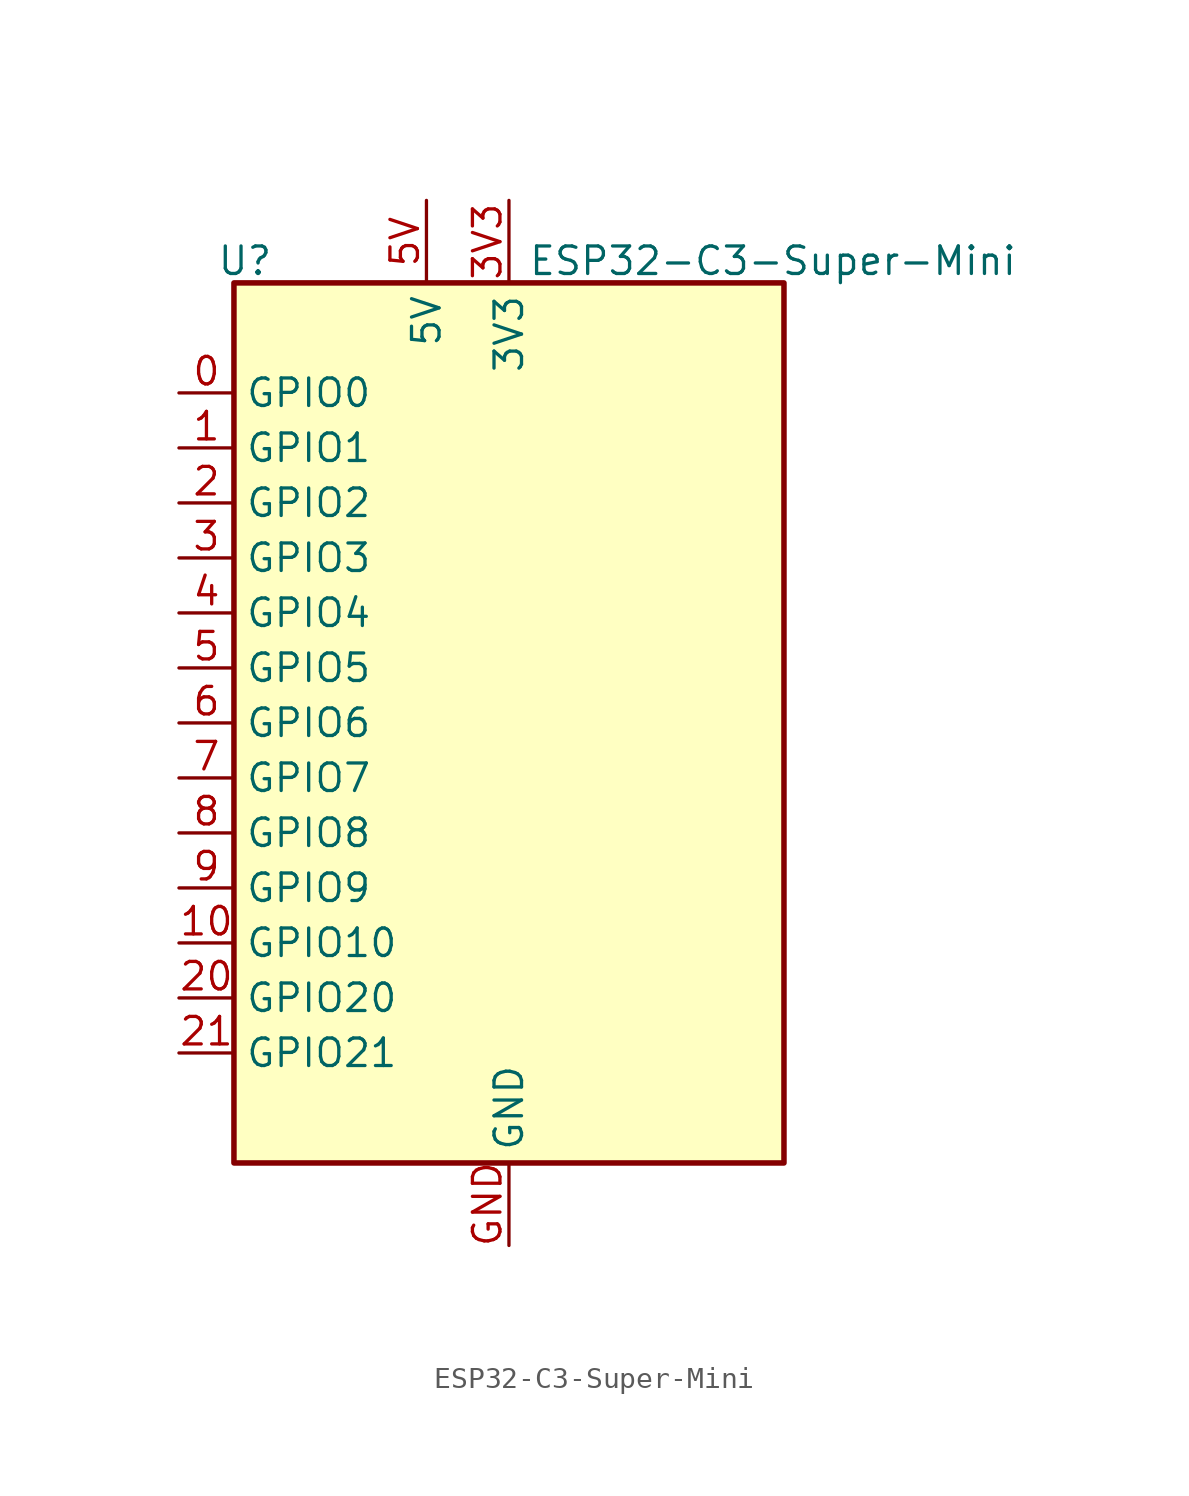
<source format=kicad_sym>
(kicad_symbol_lib
  (version 20231120)
  (generator "kicad_symbol_editor")
  (generator_version "8.0")
  (symbol "ESP32-C3-Super-Mini"
    (property "Reference" "U"
      (at -12.192 21.336 0)
      (effects (font (size 1.27 1.27))))
    (property "Value" "ESP32-C3-Super-Mini"
      (at 12.192 21.336 0)
      (effects (font (size 1.27 1.27))))
    (symbol "ESP32-C3-Super-Mini_1_1"
      (rectangle (start -12.7 20.32) (end 12.7 -20.32) (stroke (width 0.254) (type default)) (fill (type background)))
      (pin bidirectional line (at -15.24 15.24 0) (length 2.54) (name "GPIO0" (effects (font (size 1.27 1.27)))) (number "0" (effects (font (size 1.27 1.27)))))
      (pin bidirectional line (at -15.24 12.7 0) (length 2.54) (name "GPIO1" (effects (font (size 1.27 1.27)))) (number "1" (effects (font (size 1.27 1.27)))))
      (pin bidirectional line (at -15.24 -10.16 0) (length 2.54) (name "GPIO10" (effects (font (size 1.27 1.27)))) (number "10" (effects (font (size 1.27 1.27)))))
      (pin bidirectional line (at -15.24 10.16 0) (length 2.54) (name "GPIO2" (effects (font (size 1.27 1.27)))) (number "2" (effects (font (size 1.27 1.27)))))
      (pin bidirectional line (at -15.24 -12.7 0) (length 2.54) (name "GPIO20" (effects (font (size 1.27 1.27)))) (number "20" (effects (font (size 1.27 1.27)))))
      (pin bidirectional line (at -15.24 -15.24 0) (length 2.54) (name "GPIO21" (effects (font (size 1.27 1.27)))) (number "21" (effects (font (size 1.27 1.27)))))
      (pin bidirectional line (at -15.24 7.62 0) (length 2.54) (name "GPIO3" (effects (font (size 1.27 1.27)))) (number "3" (effects (font (size 1.27 1.27)))))
      (pin power_in line (at 0 24.13 270) (length 3.81) (name "3V3" (effects (font (size 1.27 1.27)))) (number "3V3" (effects (font (size 1.27 1.27)))))
      (pin bidirectional line (at -15.24 5.08 0) (length 2.54) (name "GPIO4" (effects (font (size 1.27 1.27)))) (number "4" (effects (font (size 1.27 1.27)))))
      (pin bidirectional line (at -15.24 2.54 0) (length 2.54) (name "GPIO5" (effects (font (size 1.27 1.27)))) (number "5" (effects (font (size 1.27 1.27)))))
      (pin power_in line (at -3.81 24.13 270) (length 3.81) (name "5V" (effects (font (size 1.27 1.27)))) (number "5V" (effects (font (size 1.27 1.27)))))
      (pin bidirectional line (at -15.24 0 0) (length 2.54) (name "GPIO6" (effects (font (size 1.27 1.27)))) (number "6" (effects (font (size 1.27 1.27)))))
      (pin bidirectional line (at -15.24 -2.54 0) (length 2.54) (name "GPIO7" (effects (font (size 1.27 1.27)))) (number "7" (effects (font (size 1.27 1.27)))))
      (pin bidirectional line (at -15.24 -5.08 0) (length 2.54) (name "GPIO8" (effects (font (size 1.27 1.27)))) (number "8" (effects (font (size 1.27 1.27)))))
      (pin bidirectional line (at -15.24 -7.62 0) (length 2.54) (name "GPIO9" (effects (font (size 1.27 1.27)))) (number "9" (effects (font (size 1.27 1.27)))))
      (pin power_in line (at 0 -24.13 90) (length 3.81) (name "GND" (effects (font (size 1.27 1.27)))) (number "GND" (effects (font (size 1.27 1.27))))))))
</source>
